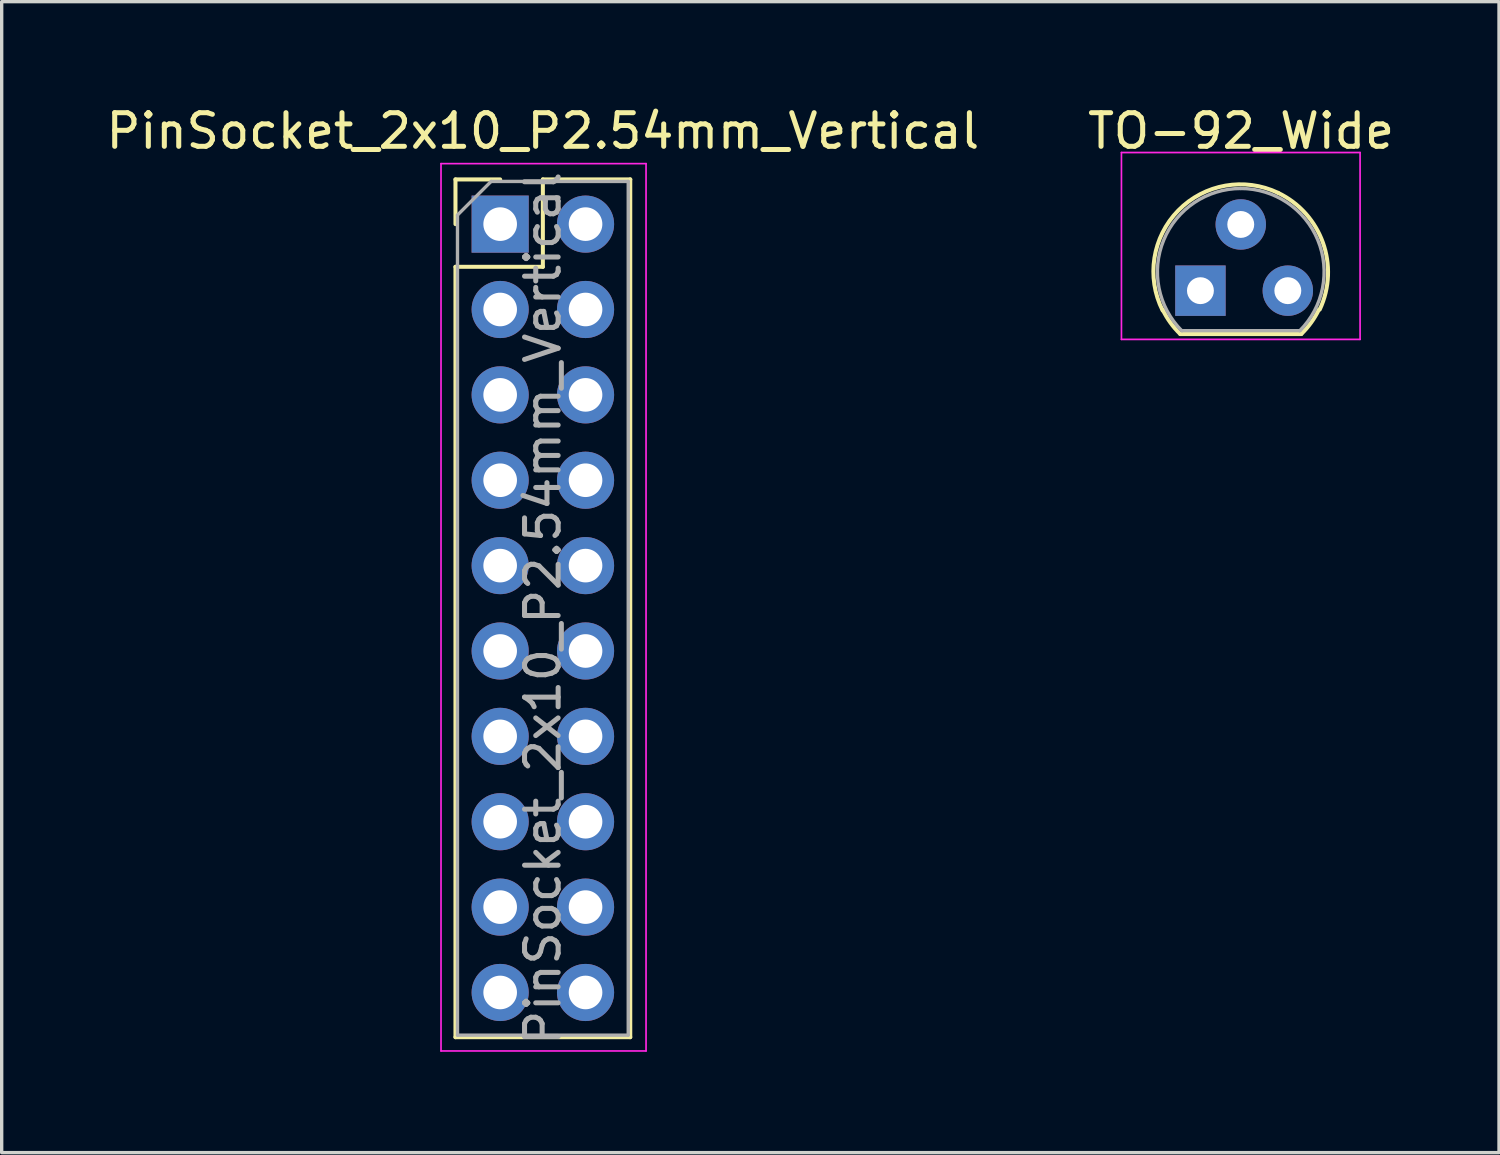
<source format=kicad_pcb>
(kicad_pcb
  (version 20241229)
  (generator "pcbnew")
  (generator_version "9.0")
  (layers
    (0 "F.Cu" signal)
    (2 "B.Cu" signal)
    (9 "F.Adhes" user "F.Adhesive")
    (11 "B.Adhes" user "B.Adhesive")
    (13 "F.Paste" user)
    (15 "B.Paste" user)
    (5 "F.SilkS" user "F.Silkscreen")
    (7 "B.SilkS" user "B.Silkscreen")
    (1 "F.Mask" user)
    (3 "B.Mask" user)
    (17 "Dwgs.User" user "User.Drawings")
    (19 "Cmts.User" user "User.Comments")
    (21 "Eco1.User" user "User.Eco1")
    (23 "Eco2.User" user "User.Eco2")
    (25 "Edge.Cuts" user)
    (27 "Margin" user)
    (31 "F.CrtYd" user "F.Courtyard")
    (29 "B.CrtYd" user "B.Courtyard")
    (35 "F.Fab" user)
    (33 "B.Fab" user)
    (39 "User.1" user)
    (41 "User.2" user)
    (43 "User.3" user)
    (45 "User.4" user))
  (footprint "PinSocket_2x10_P2.54mm_Vertical"
    (layer "F.Cu")
    (at 11.831 3.618)
    (property "Reference" "PinSocket_2x10_P2.54mm_Vertical" (at 1.27 -2.77 0) (layer "F.SilkS") (effects (font (size 1 1) (thickness 0.15))))
    (attr through_hole)
    (fp_line (start -1.33 -1.33) (end -1.33 0) (stroke (width 0.12) (type solid)) (layer "F.SilkS"))
    (fp_line (start -1.33 1.27) (end -1.33 24.19) (stroke (width 0.12) (type solid)) (layer "F.SilkS"))
    (fp_line (start 0 -1.33) (end -1.33 -1.33) (stroke (width 0.12) (type solid)) (layer "F.SilkS"))
    (fp_line (start 1.27 -1.33) (end 1.27 1.27) (stroke (width 0.12) (type solid)) (layer "F.SilkS"))
    (fp_line (start 1.27 1.27) (end -1.33 1.27) (stroke (width 0.12) (type solid)) (layer "F.SilkS"))
    (fp_line (start 3.87 -1.33) (end 1.27 -1.33) (stroke (width 0.12) (type solid)) (layer "F.SilkS"))
    (fp_line (start 3.87 -1.33) (end 3.87 24.19) (stroke (width 0.12) (type solid)) (layer "F.SilkS"))
    (fp_line (start 3.87 24.19) (end -1.33 24.19) (stroke (width 0.12) (type solid)) (layer "F.SilkS"))
    (fp_line (start -1.76 -1.8) (end -1.76 24.6) (stroke (width 0.05) (type solid)) (layer "F.CrtYd"))
    (fp_line (start -1.76 24.6) (end 4.34 24.6) (stroke (width 0.05) (type solid)) (layer "F.CrtYd"))
    (fp_line (start 4.34 -1.8) (end -1.76 -1.8) (stroke (width 0.05) (type solid)) (layer "F.CrtYd"))
    (fp_line (start 4.34 24.6) (end 4.34 -1.8) (stroke (width 0.05) (type solid)) (layer "F.CrtYd"))
    (fp_line (start -1.27 -0.27) (end -1.27 24.13) (stroke (width 0.1) (type solid)) (layer "F.Fab"))
    (fp_line (start -1.27 24.13) (end 3.81 24.13) (stroke (width 0.1) (type solid)) (layer "F.Fab"))
    (fp_line (start -0.27 -1.27) (end -1.27 -0.27) (stroke (width 0.1) (type solid)) (layer "F.Fab"))
    (fp_line (start 3.81 -1.27) (end -0.27 -1.27) (stroke (width 0.1) (type solid)) (layer "F.Fab"))
    (fp_line (start 3.81 24.13) (end 3.81 -1.27) (stroke (width 0.1) (type solid)) (layer "F.Fab"))
    (fp_text user "${REFERENCE}" (at 1.27 11.43 90) (layer "F.Fab") (effects (font (size 1 1) (thickness 0.15))))
    (pad "1" thru_hole rect (at 0 0) (size 1.7 1.7) (drill 1) (layers "*.Cu" "*.Mask"))
    (pad "2" thru_hole oval (at 2.54 0) (size 1.7 1.7) (drill 1) (layers "*.Cu" "*.Mask"))
    (pad "3" thru_hole oval (at 0 2.54) (size 1.7 1.7) (drill 1) (layers "*.Cu" "*.Mask"))
    (pad "4" thru_hole oval (at 2.54 2.54) (size 1.7 1.7) (drill 1) (layers "*.Cu" "*.Mask"))
    (pad "5" thru_hole oval (at 0 5.08) (size 1.7 1.7) (drill 1) (layers "*.Cu" "*.Mask"))
    (pad "6" thru_hole oval (at 2.54 5.08) (size 1.7 1.7) (drill 1) (layers "*.Cu" "*.Mask"))
    (pad "7" thru_hole oval (at 0 7.62) (size 1.7 1.7) (drill 1) (layers "*.Cu" "*.Mask"))
    (pad "8" thru_hole oval (at 2.54 7.62) (size 1.7 1.7) (drill 1) (layers "*.Cu" "*.Mask"))
    (pad "9" thru_hole oval (at 0 10.16) (size 1.7 1.7) (drill 1) (layers "*.Cu" "*.Mask"))
    (pad "10" thru_hole oval (at 2.54 10.16) (size 1.7 1.7) (drill 1) (layers "*.Cu" "*.Mask"))
    (pad "11" thru_hole oval (at 0 12.7) (size 1.7 1.7) (drill 1) (layers "*.Cu" "*.Mask"))
    (pad "12" thru_hole oval (at 2.54 12.7) (size 1.7 1.7) (drill 1) (layers "*.Cu" "*.Mask"))
    (pad "13" thru_hole oval (at 0 15.24) (size 1.7 1.7) (drill 1) (layers "*.Cu" "*.Mask"))
    (pad "14" thru_hole oval (at 2.54 15.24) (size 1.7 1.7) (drill 1) (layers "*.Cu" "*.Mask"))
    (pad "15" thru_hole oval (at 0 17.78) (size 1.7 1.7) (drill 1) (layers "*.Cu" "*.Mask"))
    (pad "16" thru_hole oval (at 2.54 17.78) (size 1.7 1.7) (drill 1) (layers "*.Cu" "*.Mask"))
    (pad "17" thru_hole oval (at 0 20.32) (size 1.7 1.7) (drill 1) (layers "*.Cu" "*.Mask"))
    (pad "18" thru_hole oval (at 2.54 20.32) (size 1.7 1.7) (drill 1) (layers "*.Cu" "*.Mask"))
    (pad "19" thru_hole oval (at 0 22.86) (size 1.7 1.7) (drill 1) (layers "*.Cu" "*.Mask"))
    (pad "20" thru_hole oval (at 2.54 22.86) (size 1.7 1.7) (drill 1) (layers "*.Cu" "*.Mask")))
  (footprint "TO-92_Wide"
    (layer "F.Cu")
    (at 31.325 5.038)
    (property "Reference" "TO-92_Wide" (at 2.55 -4.19 0) (layer "F.SilkS") (effects (font (size 1 1) (thickness 0.15))))
    (attr through_hole)
    (fp_line (start 0.74 1.85) (end 4.34 1.85) (stroke (width 0.12) (type solid)) (layer "F.SilkS"))
    (fp_arc (start 0.215816 1.15) (mid 0.68246 -1.826933) (end 3.65 -2.35) (stroke (width 0.12) (type solid)) (layer "F.SilkS"))
    (fp_arc (start 0.74 1.85) (mid 0.446097 1.509328) (end 0.215816 1.122795) (stroke (width 0.12) (type solid)) (layer "F.SilkS"))
    (fp_arc (start 3.65 -2.35) (mid 4.981972 -0.874338) (end 4.89 1.12) (stroke (width 0.12) (type solid)) (layer "F.SilkS"))
    (fp_arc (start 4.864184 1.122795) (mid 4.633903 1.509328) (end 4.34 1.85) (stroke (width 0.12) (type solid)) (layer "F.SilkS"))
    (fp_line (start -1.01 -3.55) (end -1.01 2.01) (stroke (width 0.05) (type solid)) (layer "F.CrtYd"))
    (fp_line (start -1.01 -3.55) (end 6.09 -3.55) (stroke (width 0.05) (type solid)) (layer "F.CrtYd"))
    (fp_line (start 6.09 2.01) (end -1.01 2.01) (stroke (width 0.05) (type solid)) (layer "F.CrtYd"))
    (fp_line (start 6.09 2.01) (end 6.09 -3.55) (stroke (width 0.05) (type solid)) (layer "F.CrtYd"))
    (fp_line (start 0.8 1.75) (end 4.3 1.75) (stroke (width 0.1) (type solid)) (layer "F.Fab"))
    (fp_arc (start 0.786375 1.753625) (mid 0.248779 -0.949055) (end 2.54 -2.48) (stroke (width 0.1) (type solid)) (layer "F.Fab"))
    (fp_arc (start 2.54 -2.48) (mid 4.831221 -0.949055) (end 4.293625 1.753625) (stroke (width 0.1) (type solid)) (layer "F.Fab"))
    (pad "1" thru_hole rect (at 1.34 0.56) (size 1.5 1.5) (drill 0.8) (layers "*.Cu" "*.Mask"))
    (pad "2" thru_hole circle (at 2.54 -1.41) (size 1.5 1.5) (drill 0.8) (layers "*.Cu" "*.Mask"))
    (pad "3" thru_hole circle (at 3.94 0.56) (size 1.5 1.5) (drill 0.8) (layers "*.Cu" "*.Mask")))
  (gr_rect
    (start -3 -3)
    (end 41.548 31.243)
    (stroke (width 0.1) (type default))
    (fill no)
    (layer "Edge.Cuts")))
</source>
